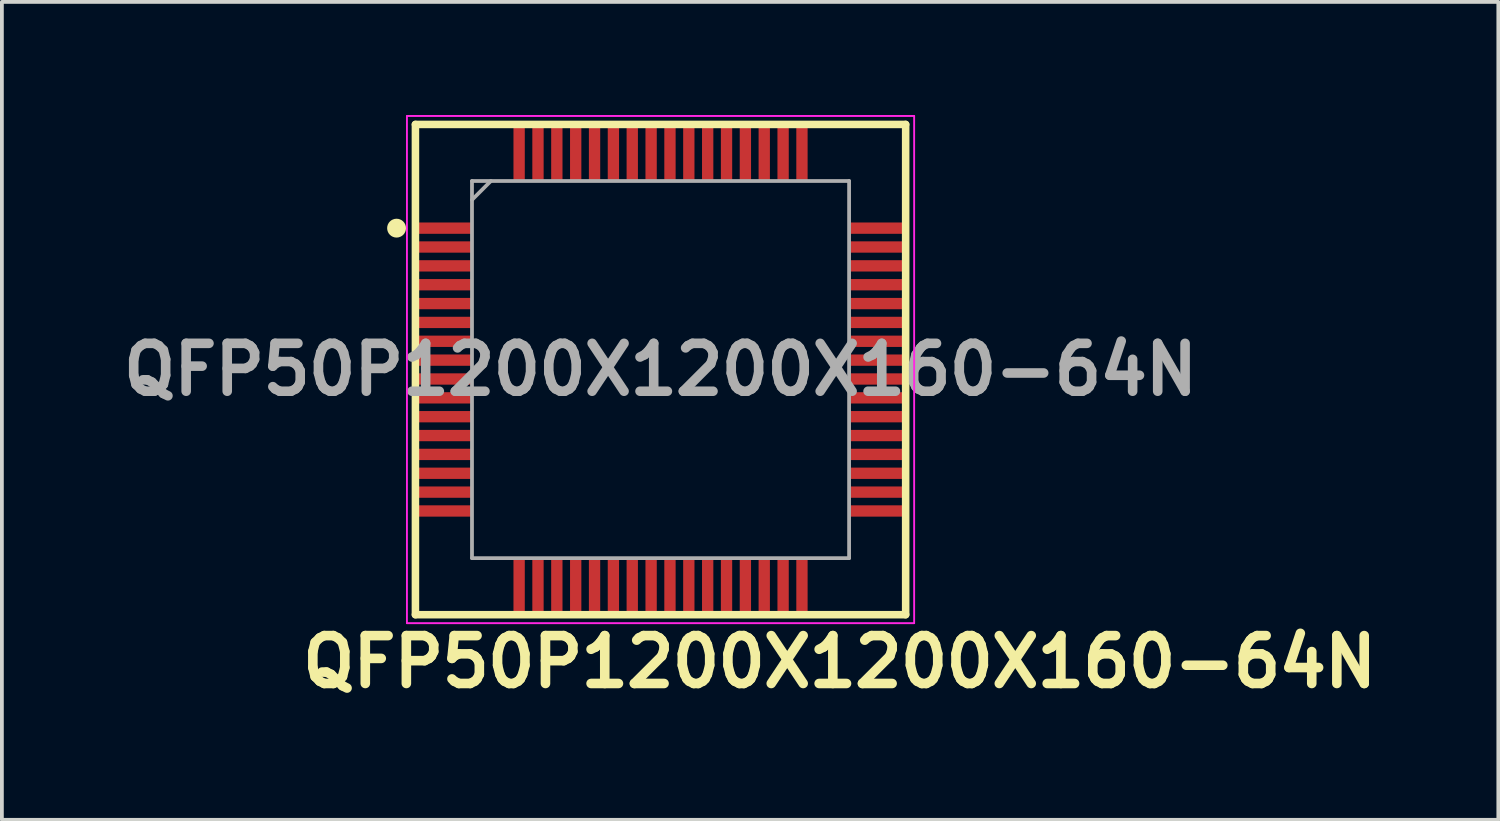
<source format=kicad_pcb>
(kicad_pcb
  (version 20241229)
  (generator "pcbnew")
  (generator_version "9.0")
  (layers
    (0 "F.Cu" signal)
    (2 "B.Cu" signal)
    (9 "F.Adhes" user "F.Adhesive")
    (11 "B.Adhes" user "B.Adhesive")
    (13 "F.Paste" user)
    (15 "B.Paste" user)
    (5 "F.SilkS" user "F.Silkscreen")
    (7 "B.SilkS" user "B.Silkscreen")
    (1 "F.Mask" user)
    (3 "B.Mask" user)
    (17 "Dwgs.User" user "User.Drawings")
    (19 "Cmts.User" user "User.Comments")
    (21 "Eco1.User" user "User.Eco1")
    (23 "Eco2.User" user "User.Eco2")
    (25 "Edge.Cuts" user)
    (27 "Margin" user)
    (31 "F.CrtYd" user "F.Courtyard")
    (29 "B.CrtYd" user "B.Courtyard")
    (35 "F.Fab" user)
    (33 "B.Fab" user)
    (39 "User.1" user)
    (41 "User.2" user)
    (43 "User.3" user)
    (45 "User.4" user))
  (footprint "QFP50P1200X1200X160-64N"
    (layer "F.Cu")
    (at 14.466 6.75)
    (property "Reference" "QFP50P1200X1200X160-64N" (at 4.75 7.75 0) (layer "F.SilkS") (effects (font (size 1.27 1.27) (thickness 0.254))))
    (attr smd)
    (fp_line (start -6.5 -6.5) (end 6.5 -6.5) (stroke (width 0.2) (type solid)) (layer "F.SilkS"))
    (fp_line (start -6.5 6.5) (end -6.5 -6.5) (stroke (width 0.2) (type solid)) (layer "F.SilkS"))
    (fp_line (start 6.5 -6.5) (end 6.5 6.5) (stroke (width 0.2) (type solid)) (layer "F.SilkS"))
    (fp_line (start 6.5 6.5) (end -6.5 6.5) (stroke (width 0.2) (type solid)) (layer "F.SilkS"))
    (fp_circle (center -7 -3.75) (end -7 -3.625) (stroke (width 0.25) (type solid)) (fill no) (layer "F.SilkS"))
    (fp_line (start -6.725 -6.725) (end 6.725 -6.725) (stroke (width 0.05) (type solid)) (layer "F.CrtYd"))
    (fp_line (start -6.725 6.725) (end -6.725 -6.725) (stroke (width 0.05) (type solid)) (layer "F.CrtYd"))
    (fp_line (start 6.725 -6.725) (end 6.725 6.725) (stroke (width 0.05) (type solid)) (layer "F.CrtYd"))
    (fp_line (start 6.725 6.725) (end -6.725 6.725) (stroke (width 0.05) (type solid)) (layer "F.CrtYd"))
    (fp_line (start -5 -5) (end 5 -5) (stroke (width 0.1) (type solid)) (layer "F.Fab"))
    (fp_line (start -5 -4.5) (end -4.5 -5) (stroke (width 0.1) (type solid)) (layer "F.Fab"))
    (fp_line (start -5 5) (end -5 -5) (stroke (width 0.1) (type solid)) (layer "F.Fab"))
    (fp_line (start 5 -5) (end 5 5) (stroke (width 0.1) (type solid)) (layer "F.Fab"))
    (fp_line (start 5 5) (end -5 5) (stroke (width 0.1) (type solid)) (layer "F.Fab"))
    (fp_text user "${REFERENCE}" (at 0 0 0) (layer "F.Fab") (effects (font (size 1.27 1.27) (thickness 0.254))))
    (pad "1" smd rect (at -5.738 -3.75 90) (size 0.3 1.475) (layers "F.Cu" "F.Mask" "F.Paste"))
    (pad "2" smd rect (at -5.738 -3.25 90) (size 0.3 1.475) (layers "F.Cu" "F.Mask" "F.Paste"))
    (pad "3" smd rect (at -5.738 -2.75 90) (size 0.3 1.475) (layers "F.Cu" "F.Mask" "F.Paste"))
    (pad "4" smd rect (at -5.738 -2.25 90) (size 0.3 1.475) (layers "F.Cu" "F.Mask" "F.Paste"))
    (pad "5" smd rect (at -5.738 -1.75 90) (size 0.3 1.475) (layers "F.Cu" "F.Mask" "F.Paste"))
    (pad "6" smd rect (at -5.738 -1.25 90) (size 0.3 1.475) (layers "F.Cu" "F.Mask" "F.Paste"))
    (pad "7" smd rect (at -5.738 -0.75 90) (size 0.3 1.475) (layers "F.Cu" "F.Mask" "F.Paste"))
    (pad "8" smd rect (at -5.738 -0.25 90) (size 0.3 1.475) (layers "F.Cu" "F.Mask" "F.Paste"))
    (pad "9" smd rect (at -5.738 0.25 90) (size 0.3 1.475) (layers "F.Cu" "F.Mask" "F.Paste"))
    (pad "10" smd rect (at -5.738 0.75 90) (size 0.3 1.475) (layers "F.Cu" "F.Mask" "F.Paste"))
    (pad "11" smd rect (at -5.738 1.25 90) (size 0.3 1.475) (layers "F.Cu" "F.Mask" "F.Paste"))
    (pad "12" smd rect (at -5.738 1.75 90) (size 0.3 1.475) (layers "F.Cu" "F.Mask" "F.Paste"))
    (pad "13" smd rect (at -5.738 2.25 90) (size 0.3 1.475) (layers "F.Cu" "F.Mask" "F.Paste"))
    (pad "14" smd rect (at -5.738 2.75 90) (size 0.3 1.475) (layers "F.Cu" "F.Mask" "F.Paste"))
    (pad "15" smd rect (at -5.738 3.25 90) (size 0.3 1.475) (layers "F.Cu" "F.Mask" "F.Paste"))
    (pad "16" smd rect (at -5.738 3.75 90) (size 0.3 1.475) (layers "F.Cu" "F.Mask" "F.Paste"))
    (pad "17" smd rect (at -3.75 5.738) (size 0.3 1.475) (layers "F.Cu" "F.Mask" "F.Paste"))
    (pad "18" smd rect (at -3.25 5.738) (size 0.3 1.475) (layers "F.Cu" "F.Mask" "F.Paste"))
    (pad "19" smd rect (at -2.75 5.738) (size 0.3 1.475) (layers "F.Cu" "F.Mask" "F.Paste"))
    (pad "20" smd rect (at -2.25 5.738) (size 0.3 1.475) (layers "F.Cu" "F.Mask" "F.Paste"))
    (pad "21" smd rect (at -1.75 5.738) (size 0.3 1.475) (layers "F.Cu" "F.Mask" "F.Paste"))
    (pad "22" smd rect (at -1.25 5.738) (size 0.3 1.475) (layers "F.Cu" "F.Mask" "F.Paste"))
    (pad "23" smd rect (at -0.75 5.738) (size 0.3 1.475) (layers "F.Cu" "F.Mask" "F.Paste"))
    (pad "24" smd rect (at -0.25 5.738) (size 0.3 1.475) (layers "F.Cu" "F.Mask" "F.Paste"))
    (pad "25" smd rect (at 0.25 5.738) (size 0.3 1.475) (layers "F.Cu" "F.Mask" "F.Paste"))
    (pad "26" smd rect (at 0.75 5.738) (size 0.3 1.475) (layers "F.Cu" "F.Mask" "F.Paste"))
    (pad "27" smd rect (at 1.25 5.738) (size 0.3 1.475) (layers "F.Cu" "F.Mask" "F.Paste"))
    (pad "28" smd rect (at 1.75 5.738) (size 0.3 1.475) (layers "F.Cu" "F.Mask" "F.Paste"))
    (pad "29" smd rect (at 2.25 5.738) (size 0.3 1.475) (layers "F.Cu" "F.Mask" "F.Paste"))
    (pad "30" smd rect (at 2.75 5.738) (size 0.3 1.475) (layers "F.Cu" "F.Mask" "F.Paste"))
    (pad "31" smd rect (at 3.25 5.738) (size 0.3 1.475) (layers "F.Cu" "F.Mask" "F.Paste"))
    (pad "32" smd rect (at 3.75 5.738) (size 0.3 1.475) (layers "F.Cu" "F.Mask" "F.Paste"))
    (pad "33" smd rect (at 5.738 3.75 90) (size 0.3 1.475) (layers "F.Cu" "F.Mask" "F.Paste"))
    (pad "34" smd rect (at 5.738 3.25 90) (size 0.3 1.475) (layers "F.Cu" "F.Mask" "F.Paste"))
    (pad "35" smd rect (at 5.738 2.75 90) (size 0.3 1.475) (layers "F.Cu" "F.Mask" "F.Paste"))
    (pad "36" smd rect (at 5.738 2.25 90) (size 0.3 1.475) (layers "F.Cu" "F.Mask" "F.Paste"))
    (pad "37" smd rect (at 5.738 1.75 90) (size 0.3 1.475) (layers "F.Cu" "F.Mask" "F.Paste"))
    (pad "38" smd rect (at 5.738 1.25 90) (size 0.3 1.475) (layers "F.Cu" "F.Mask" "F.Paste"))
    (pad "39" smd rect (at 5.738 0.75 90) (size 0.3 1.475) (layers "F.Cu" "F.Mask" "F.Paste"))
    (pad "40" smd rect (at 5.738 0.25 90) (size 0.3 1.475) (layers "F.Cu" "F.Mask" "F.Paste"))
    (pad "41" smd rect (at 5.738 -0.25 90) (size 0.3 1.475) (layers "F.Cu" "F.Mask" "F.Paste"))
    (pad "42" smd rect (at 5.738 -0.75 90) (size 0.3 1.475) (layers "F.Cu" "F.Mask" "F.Paste"))
    (pad "43" smd rect (at 5.738 -1.25 90) (size 0.3 1.475) (layers "F.Cu" "F.Mask" "F.Paste"))
    (pad "44" smd rect (at 5.738 -1.75 90) (size 0.3 1.475) (layers "F.Cu" "F.Mask" "F.Paste"))
    (pad "45" smd rect (at 5.738 -2.25 90) (size 0.3 1.475) (layers "F.Cu" "F.Mask" "F.Paste"))
    (pad "46" smd rect (at 5.738 -2.75 90) (size 0.3 1.475) (layers "F.Cu" "F.Mask" "F.Paste"))
    (pad "47" smd rect (at 5.738 -3.25 90) (size 0.3 1.475) (layers "F.Cu" "F.Mask" "F.Paste"))
    (pad "48" smd rect (at 5.738 -3.75 90) (size 0.3 1.475) (layers "F.Cu" "F.Mask" "F.Paste"))
    (pad "49" smd rect (at 3.75 -5.738) (size 0.3 1.475) (layers "F.Cu" "F.Mask" "F.Paste"))
    (pad "50" smd rect (at 3.25 -5.738) (size 0.3 1.475) (layers "F.Cu" "F.Mask" "F.Paste"))
    (pad "51" smd rect (at 2.75 -5.738) (size 0.3 1.475) (layers "F.Cu" "F.Mask" "F.Paste"))
    (pad "52" smd rect (at 2.25 -5.738) (size 0.3 1.475) (layers "F.Cu" "F.Mask" "F.Paste"))
    (pad "53" smd rect (at 1.75 -5.738) (size 0.3 1.475) (layers "F.Cu" "F.Mask" "F.Paste"))
    (pad "54" smd rect (at 1.25 -5.738) (size 0.3 1.475) (layers "F.Cu" "F.Mask" "F.Paste"))
    (pad "55" smd rect (at 0.75 -5.738) (size 0.3 1.475) (layers "F.Cu" "F.Mask" "F.Paste"))
    (pad "56" smd rect (at 0.25 -5.738) (size 0.3 1.475) (layers "F.Cu" "F.Mask" "F.Paste"))
    (pad "57" smd rect (at -0.25 -5.738) (size 0.3 1.475) (layers "F.Cu" "F.Mask" "F.Paste"))
    (pad "58" smd rect (at -0.75 -5.738) (size 0.3 1.475) (layers "F.Cu" "F.Mask" "F.Paste"))
    (pad "59" smd rect (at -1.25 -5.738) (size 0.3 1.475) (layers "F.Cu" "F.Mask" "F.Paste"))
    (pad "60" smd rect (at -1.75 -5.738) (size 0.3 1.475) (layers "F.Cu" "F.Mask" "F.Paste"))
    (pad "61" smd rect (at -2.25 -5.738) (size 0.3 1.475) (layers "F.Cu" "F.Mask" "F.Paste"))
    (pad "62" smd rect (at -2.75 -5.738) (size 0.3 1.475) (layers "F.Cu" "F.Mask" "F.Paste"))
    (pad "63" smd rect (at -3.25 -5.738) (size 0.3 1.475) (layers "F.Cu" "F.Mask" "F.Paste"))
    (pad "64" smd rect (at -3.75 -5.738) (size 0.3 1.475) (layers "F.Cu" "F.Mask" "F.Paste")))
  (gr_rect
    (start -3 -3)
    (end 36.682 18.689)
    (stroke (width 0.1) (type default))
    (fill no)
    (layer "Edge.Cuts")))
</source>
